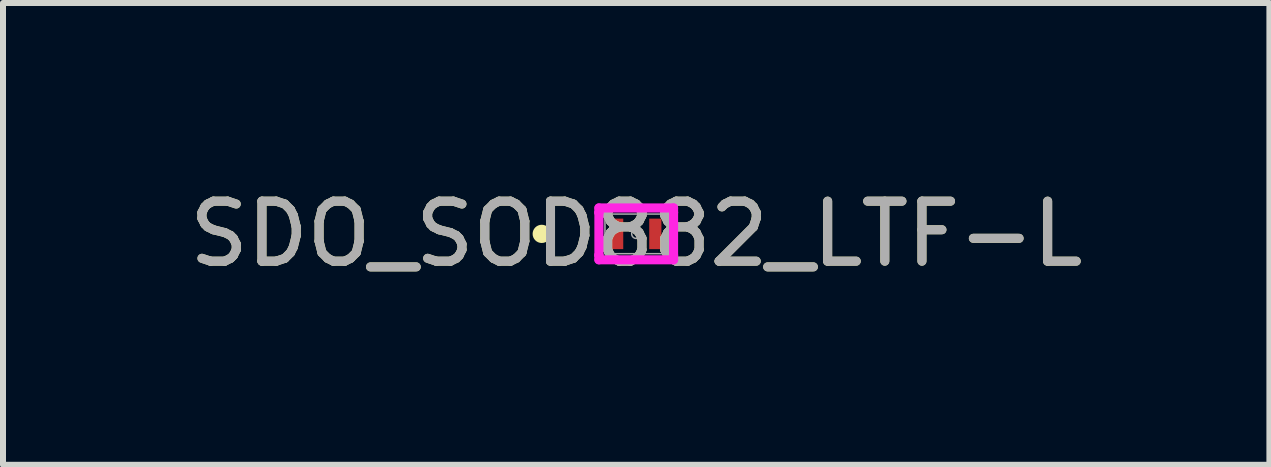
<source format=kicad_pcb>
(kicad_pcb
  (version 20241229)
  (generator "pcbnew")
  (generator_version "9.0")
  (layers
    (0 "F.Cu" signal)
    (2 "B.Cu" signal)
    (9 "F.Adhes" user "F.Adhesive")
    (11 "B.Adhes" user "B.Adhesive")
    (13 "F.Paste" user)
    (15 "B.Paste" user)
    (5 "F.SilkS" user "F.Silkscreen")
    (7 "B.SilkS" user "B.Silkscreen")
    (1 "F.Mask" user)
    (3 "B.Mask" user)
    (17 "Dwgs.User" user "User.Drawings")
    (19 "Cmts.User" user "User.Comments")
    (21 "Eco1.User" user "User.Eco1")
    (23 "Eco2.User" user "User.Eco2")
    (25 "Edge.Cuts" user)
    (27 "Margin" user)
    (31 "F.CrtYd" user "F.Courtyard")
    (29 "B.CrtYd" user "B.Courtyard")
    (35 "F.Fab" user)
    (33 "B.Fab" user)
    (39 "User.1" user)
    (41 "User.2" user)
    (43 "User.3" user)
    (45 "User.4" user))
  (footprint "SDO_SOD882_LTF-L"
    (layer "F.Cu")
    (at 7.554 0.848)
    (property "Reference" "SDO_SOD882_LTF-L" (at 0 0 0) (unlocked yes) (layer "F.SilkS") (effects (font (size 1 1) (thickness 0.15))))
    (attr smd)
    (fp_circle (center -1.575 0) (end -1.499 0) (stroke (width 0.152) (type solid)) (fill no) (layer "F.SilkS"))
    (fp_line (start -0.622 -0.432) (end 0.622 -0.432) (stroke (width 0.152) (type solid)) (layer "F.CrtYd"))
    (fp_line (start -0.622 -0.356) (end -0.622 -0.432) (stroke (width 0.152) (type solid)) (layer "F.CrtYd"))
    (fp_line (start -0.622 -0.356) (end -0.622 -0.356) (stroke (width 0.152) (type solid)) (layer "F.CrtYd"))
    (fp_line (start -0.622 0.356) (end -0.622 -0.356) (stroke (width 0.152) (type solid)) (layer "F.CrtYd"))
    (fp_line (start -0.622 0.356) (end -0.622 0.356) (stroke (width 0.152) (type solid)) (layer "F.CrtYd"))
    (fp_line (start -0.622 0.432) (end -0.622 0.356) (stroke (width 0.152) (type solid)) (layer "F.CrtYd"))
    (fp_line (start 0.622 -0.432) (end 0.622 -0.356) (stroke (width 0.152) (type solid)) (layer "F.CrtYd"))
    (fp_line (start 0.622 -0.356) (end 0.622 -0.356) (stroke (width 0.152) (type solid)) (layer "F.CrtYd"))
    (fp_line (start 0.622 -0.356) (end 0.622 0.356) (stroke (width 0.152) (type solid)) (layer "F.CrtYd"))
    (fp_line (start 0.622 0.356) (end 0.622 0.356) (stroke (width 0.152) (type solid)) (layer "F.CrtYd"))
    (fp_line (start 0.622 0.356) (end 0.622 0.432) (stroke (width 0.152) (type solid)) (layer "F.CrtYd"))
    (fp_line (start 0.622 0.432) (end -0.622 0.432) (stroke (width 0.152) (type solid)) (layer "F.CrtYd"))
    (fp_line (start -0.521 -0.33) (end -0.521 0.33) (stroke (width 0.025) (type solid)) (layer "F.Fab"))
    (fp_line (start -0.521 0.33) (end 0.521 0.33) (stroke (width 0.025) (type solid)) (layer "F.Fab"))
    (fp_line (start 0.521 -0.33) (end -0.521 -0.33) (stroke (width 0.025) (type solid)) (layer "F.Fab"))
    (fp_line (start 0.521 0.33) (end 0.521 -0.33) (stroke (width 0.025) (type solid)) (layer "F.Fab"))
    (fp_circle (center 0 0) (end 0.076 0) (stroke (width 0.025) (type solid)) (fill no) (layer "F.Fab"))
    (fp_text user "${REFERENCE}" (at 0 0 0) (unlocked yes) (layer "F.Fab") (effects (font (size 1 1) (thickness 0.15))))
    (pad "1" smd rect (at -0.318 0) (size 0.203 0.508) (layers "F.Cu" "F.Mask" "F.Paste"))
    (pad "2" smd rect (at 0.318 0) (size 0.203 0.508) (layers "F.Cu" "F.Mask" "F.Paste")))
  (gr_rect
    (start -3 -3)
    (end 18.107 4.697)
    (stroke (width 0.1) (type default))
    (fill no)
    (layer "Edge.Cuts")))
</source>
